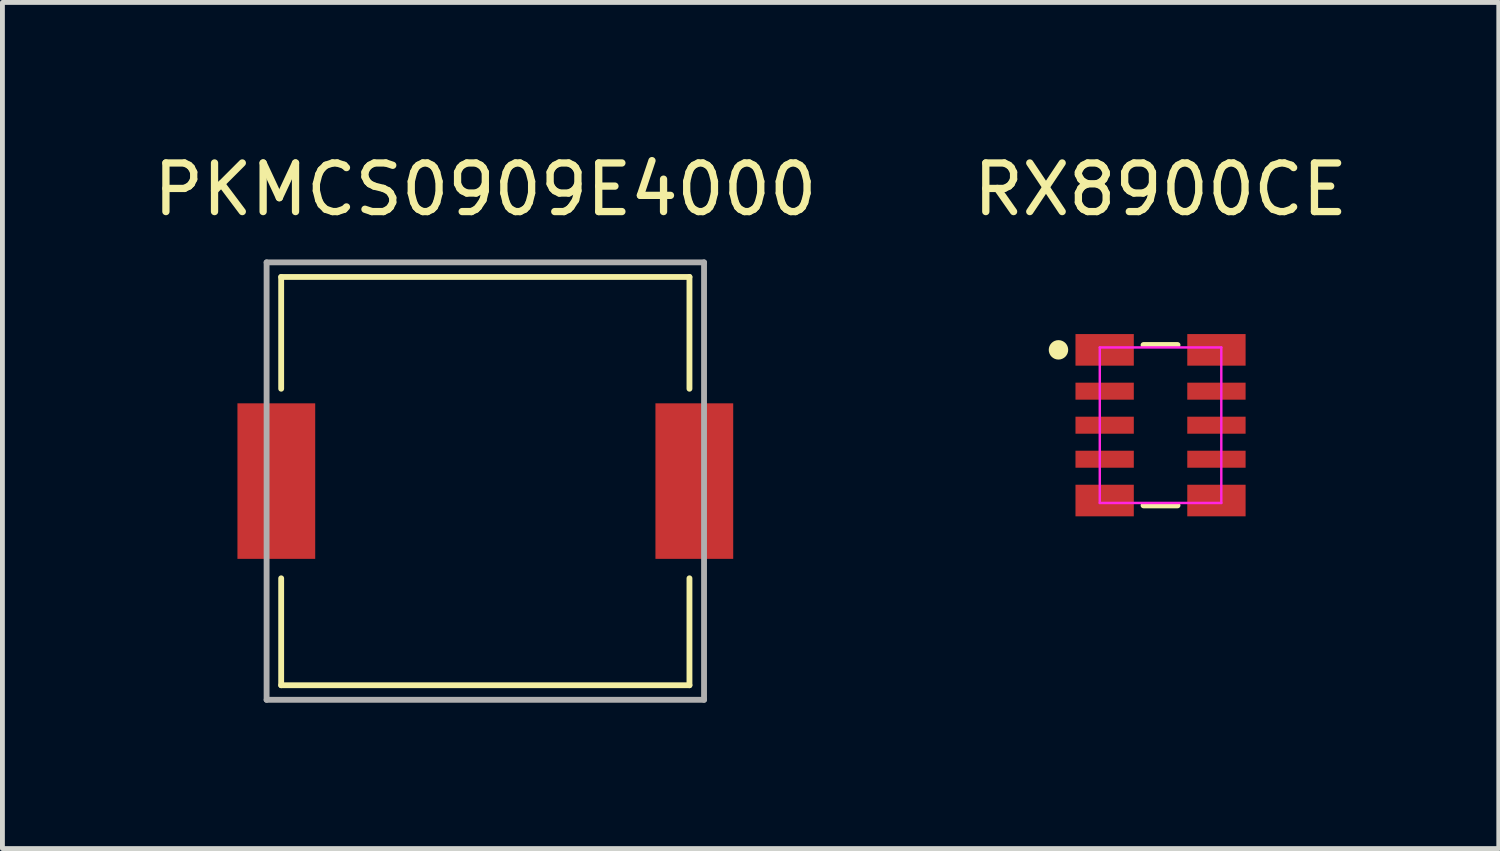
<source format=kicad_pcb>
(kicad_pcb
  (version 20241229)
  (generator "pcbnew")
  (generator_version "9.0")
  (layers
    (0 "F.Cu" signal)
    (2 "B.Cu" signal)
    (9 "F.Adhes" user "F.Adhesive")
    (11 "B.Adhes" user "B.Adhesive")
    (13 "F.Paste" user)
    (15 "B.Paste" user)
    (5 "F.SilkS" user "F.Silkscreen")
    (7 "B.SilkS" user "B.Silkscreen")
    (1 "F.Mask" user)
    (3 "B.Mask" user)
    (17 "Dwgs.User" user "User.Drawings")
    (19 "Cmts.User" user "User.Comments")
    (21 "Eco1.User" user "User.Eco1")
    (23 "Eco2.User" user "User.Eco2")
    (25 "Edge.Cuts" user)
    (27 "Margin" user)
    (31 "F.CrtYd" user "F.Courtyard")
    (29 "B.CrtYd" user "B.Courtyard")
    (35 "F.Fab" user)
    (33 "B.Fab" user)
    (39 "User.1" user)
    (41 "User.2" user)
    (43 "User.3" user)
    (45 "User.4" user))
  (footprint "PKMCS0909E4000"
    (layer "F.Cu")
    (at 6.935 6.848)
    (property "Reference" "PKMCS0909E4000" (at 0 -6 0) (layer "F.SilkS") (effects (font (size 1 1) (thickness 0.15))))
    (attr through_hole)
    (fp_line (start -4.2 -4.2) (end 4.2 -4.2) (stroke (width 0.12) (type solid)) (layer "F.SilkS"))
    (fp_line (start -4.2 -1.9) (end -4.2 -4.2) (stroke (width 0.12) (type solid)) (layer "F.SilkS"))
    (fp_line (start -4.2 4.2) (end -4.2 2) (stroke (width 0.12) (type solid)) (layer "F.SilkS"))
    (fp_line (start 4.2 -4.2) (end 4.2 -1.9) (stroke (width 0.12) (type solid)) (layer "F.SilkS"))
    (fp_line (start 4.2 2) (end 4.2 4.2) (stroke (width 0.12) (type solid)) (layer "F.SilkS"))
    (fp_line (start 4.2 4.2) (end -4.2 4.2) (stroke (width 0.12) (type solid)) (layer "F.SilkS"))
    (fp_line (start -4.5 -4.5) (end 4.5 -4.5) (stroke (width 0.12) (type solid)) (layer "F.Fab"))
    (fp_line (start -4.5 4.5) (end -4.5 -4.5) (stroke (width 0.12) (type solid)) (layer "F.Fab"))
    (fp_line (start 4.5 -4.5) (end 4.5 4.5) (stroke (width 0.12) (type solid)) (layer "F.Fab"))
    (fp_line (start 4.5 4.5) (end -4.5 4.5) (stroke (width 0.12) (type solid)) (layer "F.Fab"))
    (pad "1" smd rect (at -4.3 0) (size 1.6 3.2) (layers "F.Cu" "F.Mask" "F.Paste"))
    (pad "2" smd rect (at 4.3 0) (size 1.6 3.2) (layers "F.Cu" "F.Mask" "F.Paste")))
  (footprint "RX8900CE"
    (layer "F.Cu")
    (at 20.827 5.698)
    (property "Reference" "RX8900CE" (at 0 -4.85 0) (layer "F.SilkS") (effects (font (size 1 1) (thickness 0.15))))
    (attr through_hole)
    (fp_line (start -0.35 -1.65) (end 0.35 -1.65) (stroke (width 0.12) (type solid)) (layer "F.SilkS"))
    (fp_line (start -0.35 1.65) (end 0.35 1.65) (stroke (width 0.12) (type solid)) (layer "F.SilkS"))
    (fp_circle (center -2.1 -1.55) (end -2 -1.55) (stroke (width 0.2) (type solid)) (fill no) (layer "F.SilkS"))
    (fp_line (start -1.25 -1.6) (end 1.25 -1.6) (stroke (width 0.05) (type solid)) (layer "F.CrtYd"))
    (fp_line (start -1.25 1.6) (end -1.25 -1.6) (stroke (width 0.05) (type solid)) (layer "F.CrtYd"))
    (fp_line (start 1.25 -1.6) (end 1.25 1.6) (stroke (width 0.05) (type solid)) (layer "F.CrtYd"))
    (fp_line (start 1.25 1.6) (end -1.25 1.6) (stroke (width 0.05) (type solid)) (layer "F.CrtYd"))
    (pad "1" smd rect (at -1.15 -1.55) (size 1.2 0.65) (layers "F.Cu" "F.Mask" "F.Paste"))
    (pad "2" smd rect (at -1.15 -0.7) (size 1.2 0.35) (layers "F.Cu" "F.Mask" "F.Paste"))
    (pad "3" smd rect (at -1.15 0) (size 1.2 0.35) (layers "F.Cu" "F.Mask" "F.Paste"))
    (pad "4" smd rect (at -1.15 0.7) (size 1.2 0.35) (layers "F.Cu" "F.Mask" "F.Paste"))
    (pad "5" smd rect (at -1.15 1.55) (size 1.2 0.65) (layers "F.Cu" "F.Mask" "F.Paste"))
    (pad "6" smd rect (at 1.15 1.55) (size 1.2 0.65) (layers "F.Cu" "F.Mask" "F.Paste"))
    (pad "7" smd rect (at 1.15 0.7) (size 1.2 0.35) (layers "F.Cu" "F.Mask" "F.Paste"))
    (pad "8" smd rect (at 1.15 0) (size 1.2 0.35) (layers "F.Cu" "F.Mask" "F.Paste"))
    (pad "9" smd rect (at 1.15 -0.7) (size 1.2 0.35) (layers "F.Cu" "F.Mask" "F.Paste"))
    (pad "10" smd rect (at 1.15 -1.55) (size 1.2 0.65) (layers "F.Cu" "F.Mask" "F.Paste")))
  (gr_rect
    (start -3 -3)
    (end 27.786 14.408)
    (stroke (width 0.1) (type default))
    (fill no)
    (layer "Edge.Cuts")))
</source>
